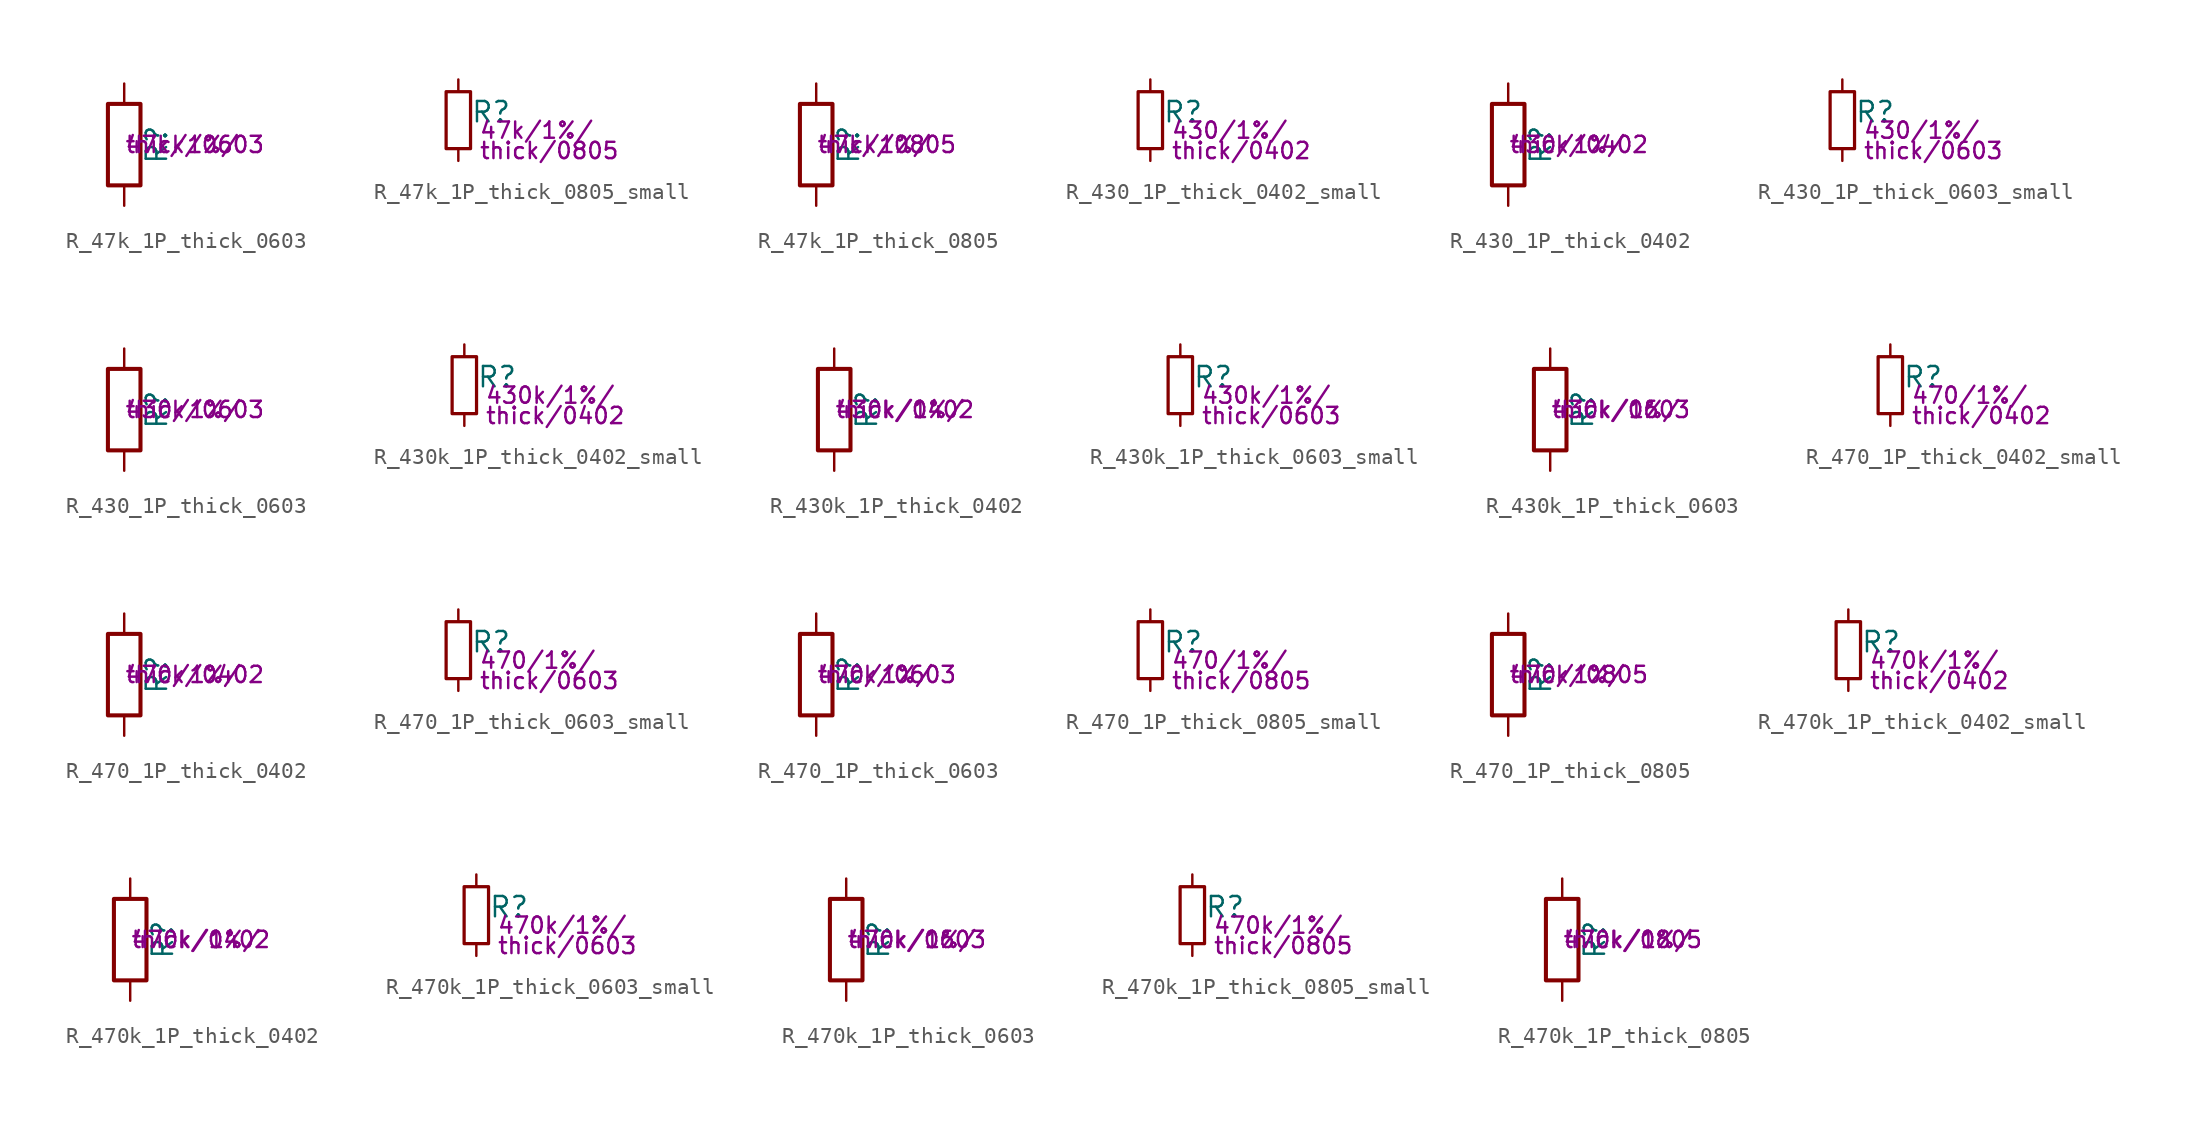
<source format=kicad_sym>
(kicad_symbol_lib
  (version 20211014)
  (generator kicad_symbol_editor)
  (symbol "R_47k_1P_thick_0603"
    (pin_numbers hide)
    (pin_names
      (offset 0))
    (property "Reference" "R"
      (at 2.032 0 90)
      (effects (font (size 1.27 1.27))))
    (property "Params" "47k/1%/"
      (at 0 0 0)
      (effects (font (size 1.016 1.016)) (justify left)))
    (property "Params2" "thick/0603"
      (at 0 0 0)
      (effects (font (size 1.016 1.016)) (justify left)))
    (symbol "R_47k_1P_thick_0603_0_1"
      (rectangle (start -1.016 -2.54) (end 1.016 2.54) (stroke (width 0.254) (type default) (color 0 0 0 0)) (fill (type none))))
    (symbol "R_47k_1P_thick_0603_1_1"
      (pin passive line (at 0 3.81 270) (length 1.27) (name "~" (effects (font (size 1.27 1.27)))) (number "1" (effects (font (size 1.27 1.27)))))
      (pin passive line (at 0 -3.81 90) (length 1.27) (name "~" (effects (font (size 1.27 1.27)))) (number "2" (effects (font (size 1.27 1.27)))))))
  (symbol "R_47k_1P_thick_0805_small"
    (pin_numbers hide)
    (pin_names
      (offset 0.254) hide)
    (property "Reference" "R"
      (at 0.762 0.508 0)
      (effects (font (size 1.27 1.27)) (justify left)))
    (property "Params" "47k/1%/"
      (at 1.27 -0.635 0)
      (effects (font (size 1.016 1.016)) (justify left)))
    (property "Params2" "thick/0805"
      (at 1.27 -1.905 0)
      (effects (font (size 1.016 1.016)) (justify left)))
    (symbol "R_47k_1P_thick_0805_small_0_1"
      (rectangle (start -0.762 1.778) (end 0.762 -1.778) (stroke (width 0.203) (type default) (color 0 0 0 0)) (fill (type none))))
    (symbol "R_47k_1P_thick_0805_small_1_1"
      (pin passive line (at 0 2.54 270) (length 0.762) (name "~" (effects (font (size 1.27 1.27)))) (number "1" (effects (font (size 1.27 1.27)))))
      (pin passive line (at 0 -2.54 90) (length 0.762) (name "~" (effects (font (size 1.27 1.27)))) (number "2" (effects (font (size 1.27 1.27)))))))
  (symbol "R_47k_1P_thick_0805"
    (pin_numbers hide)
    (pin_names
      (offset 0))
    (property "Reference" "R"
      (at 2.032 0 90)
      (effects (font (size 1.27 1.27))))
    (property "Params" "47k/1%/"
      (at 0 0 0)
      (effects (font (size 1.016 1.016)) (justify left)))
    (property "Params2" "thick/0805"
      (at 0 0 0)
      (effects (font (size 1.016 1.016)) (justify left)))
    (symbol "R_47k_1P_thick_0805_0_1"
      (rectangle (start -1.016 -2.54) (end 1.016 2.54) (stroke (width 0.254) (type default) (color 0 0 0 0)) (fill (type none))))
    (symbol "R_47k_1P_thick_0805_1_1"
      (pin passive line (at 0 3.81 270) (length 1.27) (name "~" (effects (font (size 1.27 1.27)))) (number "1" (effects (font (size 1.27 1.27)))))
      (pin passive line (at 0 -3.81 90) (length 1.27) (name "~" (effects (font (size 1.27 1.27)))) (number "2" (effects (font (size 1.27 1.27)))))))
  (symbol "R_430_1P_thick_0402_small"
    (pin_numbers hide)
    (pin_names
      (offset 0.254) hide)
    (property "Reference" "R"
      (at 0.762 0.508 0)
      (effects (font (size 1.27 1.27)) (justify left)))
    (property "Params" "430/1%/"
      (at 1.27 -0.635 0)
      (effects (font (size 1.016 1.016)) (justify left)))
    (property "Params2" "thick/0402"
      (at 1.27 -1.905 0)
      (effects (font (size 1.016 1.016)) (justify left)))
    (symbol "R_430_1P_thick_0402_small_0_1"
      (rectangle (start -0.762 1.778) (end 0.762 -1.778) (stroke (width 0.203) (type default) (color 0 0 0 0)) (fill (type none))))
    (symbol "R_430_1P_thick_0402_small_1_1"
      (pin passive line (at 0 2.54 270) (length 0.762) (name "~" (effects (font (size 1.27 1.27)))) (number "1" (effects (font (size 1.27 1.27)))))
      (pin passive line (at 0 -2.54 90) (length 0.762) (name "~" (effects (font (size 1.27 1.27)))) (number "2" (effects (font (size 1.27 1.27)))))))
  (symbol "R_430_1P_thick_0402"
    (pin_numbers hide)
    (pin_names
      (offset 0))
    (property "Reference" "R"
      (at 2.032 0 90)
      (effects (font (size 1.27 1.27))))
    (property "Params" "430/1%/"
      (at 0 0 0)
      (effects (font (size 1.016 1.016)) (justify left)))
    (property "Params2" "thick/0402"
      (at 0 0 0)
      (effects (font (size 1.016 1.016)) (justify left)))
    (symbol "R_430_1P_thick_0402_0_1"
      (rectangle (start -1.016 -2.54) (end 1.016 2.54) (stroke (width 0.254) (type default) (color 0 0 0 0)) (fill (type none))))
    (symbol "R_430_1P_thick_0402_1_1"
      (pin passive line (at 0 3.81 270) (length 1.27) (name "~" (effects (font (size 1.27 1.27)))) (number "1" (effects (font (size 1.27 1.27)))))
      (pin passive line (at 0 -3.81 90) (length 1.27) (name "~" (effects (font (size 1.27 1.27)))) (number "2" (effects (font (size 1.27 1.27)))))))
  (symbol "R_430_1P_thick_0603_small"
    (pin_numbers hide)
    (pin_names
      (offset 0.254) hide)
    (property "Reference" "R"
      (at 0.762 0.508 0)
      (effects (font (size 1.27 1.27)) (justify left)))
    (property "Params" "430/1%/"
      (at 1.27 -0.635 0)
      (effects (font (size 1.016 1.016)) (justify left)))
    (property "Params2" "thick/0603"
      (at 1.27 -1.905 0)
      (effects (font (size 1.016 1.016)) (justify left)))
    (symbol "R_430_1P_thick_0603_small_0_1"
      (rectangle (start -0.762 1.778) (end 0.762 -1.778) (stroke (width 0.203) (type default) (color 0 0 0 0)) (fill (type none))))
    (symbol "R_430_1P_thick_0603_small_1_1"
      (pin passive line (at 0 2.54 270) (length 0.762) (name "~" (effects (font (size 1.27 1.27)))) (number "1" (effects (font (size 1.27 1.27)))))
      (pin passive line (at 0 -2.54 90) (length 0.762) (name "~" (effects (font (size 1.27 1.27)))) (number "2" (effects (font (size 1.27 1.27)))))))
  (symbol "R_430_1P_thick_0603"
    (pin_numbers hide)
    (pin_names
      (offset 0))
    (property "Reference" "R"
      (at 2.032 0 90)
      (effects (font (size 1.27 1.27))))
    (property "Params" "430/1%/"
      (at 0 0 0)
      (effects (font (size 1.016 1.016)) (justify left)))
    (property "Params2" "thick/0603"
      (at 0 0 0)
      (effects (font (size 1.016 1.016)) (justify left)))
    (symbol "R_430_1P_thick_0603_0_1"
      (rectangle (start -1.016 -2.54) (end 1.016 2.54) (stroke (width 0.254) (type default) (color 0 0 0 0)) (fill (type none))))
    (symbol "R_430_1P_thick_0603_1_1"
      (pin passive line (at 0 3.81 270) (length 1.27) (name "~" (effects (font (size 1.27 1.27)))) (number "1" (effects (font (size 1.27 1.27)))))
      (pin passive line (at 0 -3.81 90) (length 1.27) (name "~" (effects (font (size 1.27 1.27)))) (number "2" (effects (font (size 1.27 1.27)))))))
  (symbol "R_430k_1P_thick_0402_small"
    (pin_numbers hide)
    (pin_names
      (offset 0.254) hide)
    (property "Reference" "R"
      (at 0.762 0.508 0)
      (effects (font (size 1.27 1.27)) (justify left)))
    (property "Params" "430k/1%/"
      (at 1.27 -0.635 0)
      (effects (font (size 1.016 1.016)) (justify left)))
    (property "Params2" "thick/0402"
      (at 1.27 -1.905 0)
      (effects (font (size 1.016 1.016)) (justify left)))
    (symbol "R_430k_1P_thick_0402_small_0_1"
      (rectangle (start -0.762 1.778) (end 0.762 -1.778) (stroke (width 0.203) (type default) (color 0 0 0 0)) (fill (type none))))
    (symbol "R_430k_1P_thick_0402_small_1_1"
      (pin passive line (at 0 2.54 270) (length 0.762) (name "~" (effects (font (size 1.27 1.27)))) (number "1" (effects (font (size 1.27 1.27)))))
      (pin passive line (at 0 -2.54 90) (length 0.762) (name "~" (effects (font (size 1.27 1.27)))) (number "2" (effects (font (size 1.27 1.27)))))))
  (symbol "R_430k_1P_thick_0402"
    (pin_numbers hide)
    (pin_names
      (offset 0))
    (property "Reference" "R"
      (at 2.032 0 90)
      (effects (font (size 1.27 1.27))))
    (property "Params" "430k/1%/"
      (at 0 0 0)
      (effects (font (size 1.016 1.016)) (justify left)))
    (property "Params2" "thick/0402"
      (at 0 0 0)
      (effects (font (size 1.016 1.016)) (justify left)))
    (symbol "R_430k_1P_thick_0402_0_1"
      (rectangle (start -1.016 -2.54) (end 1.016 2.54) (stroke (width 0.254) (type default) (color 0 0 0 0)) (fill (type none))))
    (symbol "R_430k_1P_thick_0402_1_1"
      (pin passive line (at 0 3.81 270) (length 1.27) (name "~" (effects (font (size 1.27 1.27)))) (number "1" (effects (font (size 1.27 1.27)))))
      (pin passive line (at 0 -3.81 90) (length 1.27) (name "~" (effects (font (size 1.27 1.27)))) (number "2" (effects (font (size 1.27 1.27)))))))
  (symbol "R_430k_1P_thick_0603_small"
    (pin_numbers hide)
    (pin_names
      (offset 0.254) hide)
    (property "Reference" "R"
      (at 0.762 0.508 0)
      (effects (font (size 1.27 1.27)) (justify left)))
    (property "Params" "430k/1%/"
      (at 1.27 -0.635 0)
      (effects (font (size 1.016 1.016)) (justify left)))
    (property "Params2" "thick/0603"
      (at 1.27 -1.905 0)
      (effects (font (size 1.016 1.016)) (justify left)))
    (symbol "R_430k_1P_thick_0603_small_0_1"
      (rectangle (start -0.762 1.778) (end 0.762 -1.778) (stroke (width 0.203) (type default) (color 0 0 0 0)) (fill (type none))))
    (symbol "R_430k_1P_thick_0603_small_1_1"
      (pin passive line (at 0 2.54 270) (length 0.762) (name "~" (effects (font (size 1.27 1.27)))) (number "1" (effects (font (size 1.27 1.27)))))
      (pin passive line (at 0 -2.54 90) (length 0.762) (name "~" (effects (font (size 1.27 1.27)))) (number "2" (effects (font (size 1.27 1.27)))))))
  (symbol "R_430k_1P_thick_0603"
    (pin_numbers hide)
    (pin_names
      (offset 0))
    (property "Reference" "R"
      (at 2.032 0 90)
      (effects (font (size 1.27 1.27))))
    (property "Params" "430k/1%/"
      (at 0 0 0)
      (effects (font (size 1.016 1.016)) (justify left)))
    (property "Params2" "thick/0603"
      (at 0 0 0)
      (effects (font (size 1.016 1.016)) (justify left)))
    (symbol "R_430k_1P_thick_0603_0_1"
      (rectangle (start -1.016 -2.54) (end 1.016 2.54) (stroke (width 0.254) (type default) (color 0 0 0 0)) (fill (type none))))
    (symbol "R_430k_1P_thick_0603_1_1"
      (pin passive line (at 0 3.81 270) (length 1.27) (name "~" (effects (font (size 1.27 1.27)))) (number "1" (effects (font (size 1.27 1.27)))))
      (pin passive line (at 0 -3.81 90) (length 1.27) (name "~" (effects (font (size 1.27 1.27)))) (number "2" (effects (font (size 1.27 1.27)))))))
  (symbol "R_470_1P_thick_0402_small"
    (pin_numbers hide)
    (pin_names
      (offset 0.254) hide)
    (property "Reference" "R"
      (at 0.762 0.508 0)
      (effects (font (size 1.27 1.27)) (justify left)))
    (property "Params" "470/1%/"
      (at 1.27 -0.635 0)
      (effects (font (size 1.016 1.016)) (justify left)))
    (property "Params2" "thick/0402"
      (at 1.27 -1.905 0)
      (effects (font (size 1.016 1.016)) (justify left)))
    (symbol "R_470_1P_thick_0402_small_0_1"
      (rectangle (start -0.762 1.778) (end 0.762 -1.778) (stroke (width 0.203) (type default) (color 0 0 0 0)) (fill (type none))))
    (symbol "R_470_1P_thick_0402_small_1_1"
      (pin passive line (at 0 2.54 270) (length 0.762) (name "~" (effects (font (size 1.27 1.27)))) (number "1" (effects (font (size 1.27 1.27)))))
      (pin passive line (at 0 -2.54 90) (length 0.762) (name "~" (effects (font (size 1.27 1.27)))) (number "2" (effects (font (size 1.27 1.27)))))))
  (symbol "R_470_1P_thick_0402"
    (pin_numbers hide)
    (pin_names
      (offset 0))
    (property "Reference" "R"
      (at 2.032 0 90)
      (effects (font (size 1.27 1.27))))
    (property "Params" "470/1%/"
      (at 0 0 0)
      (effects (font (size 1.016 1.016)) (justify left)))
    (property "Params2" "thick/0402"
      (at 0 0 0)
      (effects (font (size 1.016 1.016)) (justify left)))
    (symbol "R_470_1P_thick_0402_0_1"
      (rectangle (start -1.016 -2.54) (end 1.016 2.54) (stroke (width 0.254) (type default) (color 0 0 0 0)) (fill (type none))))
    (symbol "R_470_1P_thick_0402_1_1"
      (pin passive line (at 0 3.81 270) (length 1.27) (name "~" (effects (font (size 1.27 1.27)))) (number "1" (effects (font (size 1.27 1.27)))))
      (pin passive line (at 0 -3.81 90) (length 1.27) (name "~" (effects (font (size 1.27 1.27)))) (number "2" (effects (font (size 1.27 1.27)))))))
  (symbol "R_470_1P_thick_0603_small"
    (pin_numbers hide)
    (pin_names
      (offset 0.254) hide)
    (property "Reference" "R"
      (at 0.762 0.508 0)
      (effects (font (size 1.27 1.27)) (justify left)))
    (property "Params" "470/1%/"
      (at 1.27 -0.635 0)
      (effects (font (size 1.016 1.016)) (justify left)))
    (property "Params2" "thick/0603"
      (at 1.27 -1.905 0)
      (effects (font (size 1.016 1.016)) (justify left)))
    (symbol "R_470_1P_thick_0603_small_0_1"
      (rectangle (start -0.762 1.778) (end 0.762 -1.778) (stroke (width 0.203) (type default) (color 0 0 0 0)) (fill (type none))))
    (symbol "R_470_1P_thick_0603_small_1_1"
      (pin passive line (at 0 2.54 270) (length 0.762) (name "~" (effects (font (size 1.27 1.27)))) (number "1" (effects (font (size 1.27 1.27)))))
      (pin passive line (at 0 -2.54 90) (length 0.762) (name "~" (effects (font (size 1.27 1.27)))) (number "2" (effects (font (size 1.27 1.27)))))))
  (symbol "R_470_1P_thick_0603"
    (pin_numbers hide)
    (pin_names
      (offset 0))
    (property "Reference" "R"
      (at 2.032 0 90)
      (effects (font (size 1.27 1.27))))
    (property "Params" "470/1%/"
      (at 0 0 0)
      (effects (font (size 1.016 1.016)) (justify left)))
    (property "Params2" "thick/0603"
      (at 0 0 0)
      (effects (font (size 1.016 1.016)) (justify left)))
    (symbol "R_470_1P_thick_0603_0_1"
      (rectangle (start -1.016 -2.54) (end 1.016 2.54) (stroke (width 0.254) (type default) (color 0 0 0 0)) (fill (type none))))
    (symbol "R_470_1P_thick_0603_1_1"
      (pin passive line (at 0 3.81 270) (length 1.27) (name "~" (effects (font (size 1.27 1.27)))) (number "1" (effects (font (size 1.27 1.27)))))
      (pin passive line (at 0 -3.81 90) (length 1.27) (name "~" (effects (font (size 1.27 1.27)))) (number "2" (effects (font (size 1.27 1.27)))))))
  (symbol "R_470_1P_thick_0805_small"
    (pin_numbers hide)
    (pin_names
      (offset 0.254) hide)
    (property "Reference" "R"
      (at 0.762 0.508 0)
      (effects (font (size 1.27 1.27)) (justify left)))
    (property "Params" "470/1%/"
      (at 1.27 -0.635 0)
      (effects (font (size 1.016 1.016)) (justify left)))
    (property "Params2" "thick/0805"
      (at 1.27 -1.905 0)
      (effects (font (size 1.016 1.016)) (justify left)))
    (symbol "R_470_1P_thick_0805_small_0_1"
      (rectangle (start -0.762 1.778) (end 0.762 -1.778) (stroke (width 0.203) (type default) (color 0 0 0 0)) (fill (type none))))
    (symbol "R_470_1P_thick_0805_small_1_1"
      (pin passive line (at 0 2.54 270) (length 0.762) (name "~" (effects (font (size 1.27 1.27)))) (number "1" (effects (font (size 1.27 1.27)))))
      (pin passive line (at 0 -2.54 90) (length 0.762) (name "~" (effects (font (size 1.27 1.27)))) (number "2" (effects (font (size 1.27 1.27)))))))
  (symbol "R_470_1P_thick_0805"
    (pin_numbers hide)
    (pin_names
      (offset 0))
    (property "Reference" "R"
      (at 2.032 0 90)
      (effects (font (size 1.27 1.27))))
    (property "Params" "470/1%/"
      (at 0 0 0)
      (effects (font (size 1.016 1.016)) (justify left)))
    (property "Params2" "thick/0805"
      (at 0 0 0)
      (effects (font (size 1.016 1.016)) (justify left)))
    (symbol "R_470_1P_thick_0805_0_1"
      (rectangle (start -1.016 -2.54) (end 1.016 2.54) (stroke (width 0.254) (type default) (color 0 0 0 0)) (fill (type none))))
    (symbol "R_470_1P_thick_0805_1_1"
      (pin passive line (at 0 3.81 270) (length 1.27) (name "~" (effects (font (size 1.27 1.27)))) (number "1" (effects (font (size 1.27 1.27)))))
      (pin passive line (at 0 -3.81 90) (length 1.27) (name "~" (effects (font (size 1.27 1.27)))) (number "2" (effects (font (size 1.27 1.27)))))))
  (symbol "R_470k_1P_thick_0402_small"
    (pin_numbers hide)
    (pin_names
      (offset 0.254) hide)
    (property "Reference" "R"
      (at 0.762 0.508 0)
      (effects (font (size 1.27 1.27)) (justify left)))
    (property "Params" "470k/1%/"
      (at 1.27 -0.635 0)
      (effects (font (size 1.016 1.016)) (justify left)))
    (property "Params2" "thick/0402"
      (at 1.27 -1.905 0)
      (effects (font (size 1.016 1.016)) (justify left)))
    (symbol "R_470k_1P_thick_0402_small_0_1"
      (rectangle (start -0.762 1.778) (end 0.762 -1.778) (stroke (width 0.203) (type default) (color 0 0 0 0)) (fill (type none))))
    (symbol "R_470k_1P_thick_0402_small_1_1"
      (pin passive line (at 0 2.54 270) (length 0.762) (name "~" (effects (font (size 1.27 1.27)))) (number "1" (effects (font (size 1.27 1.27)))))
      (pin passive line (at 0 -2.54 90) (length 0.762) (name "~" (effects (font (size 1.27 1.27)))) (number "2" (effects (font (size 1.27 1.27)))))))
  (symbol "R_470k_1P_thick_0402"
    (pin_numbers hide)
    (pin_names
      (offset 0))
    (property "Reference" "R"
      (at 2.032 0 90)
      (effects (font (size 1.27 1.27))))
    (property "Params" "470k/1%/"
      (at 0 0 0)
      (effects (font (size 1.016 1.016)) (justify left)))
    (property "Params2" "thick/0402"
      (at 0 0 0)
      (effects (font (size 1.016 1.016)) (justify left)))
    (symbol "R_470k_1P_thick_0402_0_1"
      (rectangle (start -1.016 -2.54) (end 1.016 2.54) (stroke (width 0.254) (type default) (color 0 0 0 0)) (fill (type none))))
    (symbol "R_470k_1P_thick_0402_1_1"
      (pin passive line (at 0 3.81 270) (length 1.27) (name "~" (effects (font (size 1.27 1.27)))) (number "1" (effects (font (size 1.27 1.27)))))
      (pin passive line (at 0 -3.81 90) (length 1.27) (name "~" (effects (font (size 1.27 1.27)))) (number "2" (effects (font (size 1.27 1.27)))))))
  (symbol "R_470k_1P_thick_0603_small"
    (pin_numbers hide)
    (pin_names
      (offset 0.254) hide)
    (property "Reference" "R"
      (at 0.762 0.508 0)
      (effects (font (size 1.27 1.27)) (justify left)))
    (property "Params" "470k/1%/"
      (at 1.27 -0.635 0)
      (effects (font (size 1.016 1.016)) (justify left)))
    (property "Params2" "thick/0603"
      (at 1.27 -1.905 0)
      (effects (font (size 1.016 1.016)) (justify left)))
    (symbol "R_470k_1P_thick_0603_small_0_1"
      (rectangle (start -0.762 1.778) (end 0.762 -1.778) (stroke (width 0.203) (type default) (color 0 0 0 0)) (fill (type none))))
    (symbol "R_470k_1P_thick_0603_small_1_1"
      (pin passive line (at 0 2.54 270) (length 0.762) (name "~" (effects (font (size 1.27 1.27)))) (number "1" (effects (font (size 1.27 1.27)))))
      (pin passive line (at 0 -2.54 90) (length 0.762) (name "~" (effects (font (size 1.27 1.27)))) (number "2" (effects (font (size 1.27 1.27)))))))
  (symbol "R_470k_1P_thick_0603"
    (pin_numbers hide)
    (pin_names
      (offset 0))
    (property "Reference" "R"
      (at 2.032 0 90)
      (effects (font (size 1.27 1.27))))
    (property "Params" "470k/1%/"
      (at 0 0 0)
      (effects (font (size 1.016 1.016)) (justify left)))
    (property "Params2" "thick/0603"
      (at 0 0 0)
      (effects (font (size 1.016 1.016)) (justify left)))
    (symbol "R_470k_1P_thick_0603_0_1"
      (rectangle (start -1.016 -2.54) (end 1.016 2.54) (stroke (width 0.254) (type default) (color 0 0 0 0)) (fill (type none))))
    (symbol "R_470k_1P_thick_0603_1_1"
      (pin passive line (at 0 3.81 270) (length 1.27) (name "~" (effects (font (size 1.27 1.27)))) (number "1" (effects (font (size 1.27 1.27)))))
      (pin passive line (at 0 -3.81 90) (length 1.27) (name "~" (effects (font (size 1.27 1.27)))) (number "2" (effects (font (size 1.27 1.27)))))))
  (symbol "R_470k_1P_thick_0805_small"
    (pin_numbers hide)
    (pin_names
      (offset 0.254) hide)
    (property "Reference" "R"
      (at 0.762 0.508 0)
      (effects (font (size 1.27 1.27)) (justify left)))
    (property "Params" "470k/1%/"
      (at 1.27 -0.635 0)
      (effects (font (size 1.016 1.016)) (justify left)))
    (property "Params2" "thick/0805"
      (at 1.27 -1.905 0)
      (effects (font (size 1.016 1.016)) (justify left)))
    (symbol "R_470k_1P_thick_0805_small_0_1"
      (rectangle (start -0.762 1.778) (end 0.762 -1.778) (stroke (width 0.203) (type default) (color 0 0 0 0)) (fill (type none))))
    (symbol "R_470k_1P_thick_0805_small_1_1"
      (pin passive line (at 0 2.54 270) (length 0.762) (name "~" (effects (font (size 1.27 1.27)))) (number "1" (effects (font (size 1.27 1.27)))))
      (pin passive line (at 0 -2.54 90) (length 0.762) (name "~" (effects (font (size 1.27 1.27)))) (number "2" (effects (font (size 1.27 1.27)))))))
  (symbol "R_470k_1P_thick_0805"
    (pin_numbers hide)
    (pin_names
      (offset 0))
    (property "Reference" "R"
      (at 2.032 0 90)
      (effects (font (size 1.27 1.27))))
    (property "Params" "470k/1%/"
      (at 0 0 0)
      (effects (font (size 1.016 1.016)) (justify left)))
    (property "Params2" "thick/0805"
      (at 0 0 0)
      (effects (font (size 1.016 1.016)) (justify left)))
    (symbol "R_470k_1P_thick_0805_0_1"
      (rectangle (start -1.016 -2.54) (end 1.016 2.54) (stroke (width 0.254) (type default) (color 0 0 0 0)) (fill (type none))))
    (symbol "R_470k_1P_thick_0805_1_1"
      (pin passive line (at 0 3.81 270) (length 1.27) (name "~" (effects (font (size 1.27 1.27)))) (number "1" (effects (font (size 1.27 1.27)))))
      (pin passive line (at 0 -3.81 90) (length 1.27) (name "~" (effects (font (size 1.27 1.27)))) (number "2" (effects (font (size 1.27 1.27))))))))
</source>
